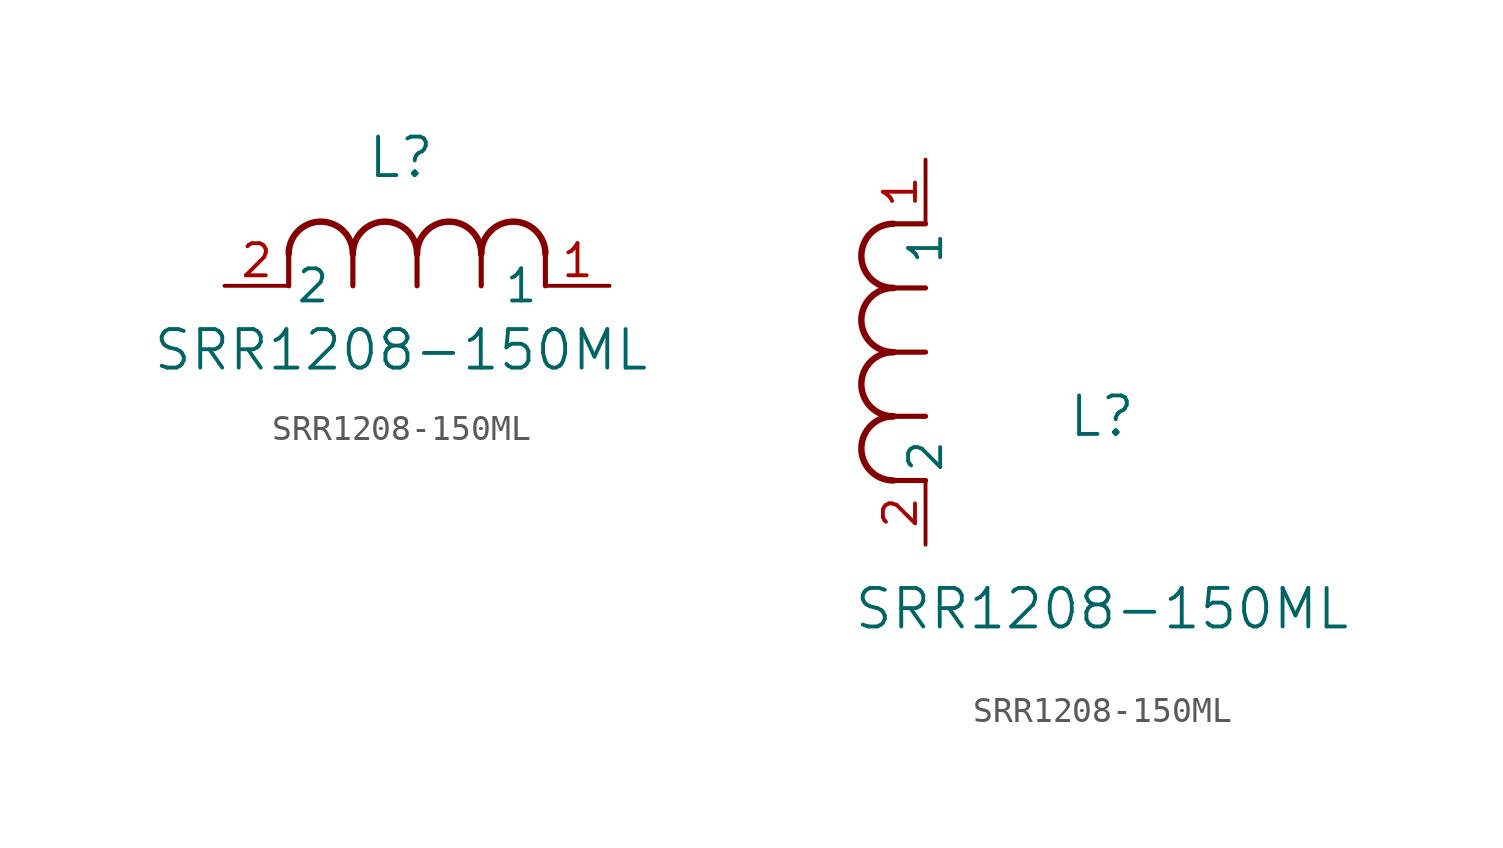
<source format=kicad_sym>
(kicad_symbol_lib
  (version 20211014)
  (generator kicad_symbol_editor)
  (symbol "SRR1208-150ML"
    (pin_names
      (offset 0.254))
    (property "Reference" "L"
      (at 6.985 5.08 0)
      (effects (font (size 1.524 1.524))))
    (property "Value" "SRR1208-150ML"
      (at 6.985 -2.54 0)
      (effects (font (size 1.524 1.524))))
    (symbol "SRR1208-150ML_1_1"
      (arc (start 7.62 1.27) (mid 6.35 2.54) (end 5.08 1.27) (stroke (width 0.254) (type default) (color 0 0 0 0)) (fill (type none)))
      (polyline (pts (xy 5.08 0) (xy 5.08 1.27)) (stroke (width 0.203) (type default) (color 0 0 0 0)) (fill (type none)))
      (polyline (pts (xy 7.62 0) (xy 7.62 1.27)) (stroke (width 0.203) (type default) (color 0 0 0 0)) (fill (type none)))
      (polyline (pts (xy 12.7 0) (xy 12.7 1.27)) (stroke (width 0.203) (type default) (color 0 0 0 0)) (fill (type none)))
      (arc (start 5.08 1.27) (mid 3.81 2.54) (end 2.54 1.27) (stroke (width 0.254) (type default) (color 0 0 0 0)) (fill (type none)))
      (arc (start 10.16 1.27) (mid 8.89 2.54) (end 7.62 1.27) (stroke (width 0.254) (type default) (color 0 0 0 0)) (fill (type none)))
      (arc (start 12.7 1.27) (mid 11.43 2.54) (end 10.16 1.27) (stroke (width 0.254) (type default) (color 0 0 0 0)) (fill (type none)))
      (polyline (pts (xy 2.54 0) (xy 2.54 1.27)) (stroke (width 0.203) (type default) (color 0 0 0 0)) (fill (type none)))
      (polyline (pts (xy 10.16 0) (xy 10.16 1.27)) (stroke (width 0.203) (type default) (color 0 0 0 0)) (fill (type none)))
      (pin unspecified line (at 0 0 0) (length 2.54) (name "2" (effects (font (size 1.27 1.27)))) (number "2" (effects (font (size 1.27 1.27)))))
      (pin unspecified line (at 15.24 0 180) (length 2.54) (name "1" (effects (font (size 1.27 1.27)))) (number "1" (effects (font (size 1.27 1.27))))))
    (symbol "SRR1208-150ML_1_2"
      (arc (start -1.27 7.62) (mid -2.54 6.35) (end -1.27 5.08) (stroke (width 0.254) (type default) (color 0 0 0 0)) (fill (type none)))
      (arc (start -1.27 5.08) (mid -2.54 3.81) (end -1.27 2.54) (stroke (width 0.254) (type default) (color 0 0 0 0)) (fill (type none)))
      (arc (start -1.27 12.7) (mid -2.54 11.43) (end -1.27 10.16) (stroke (width 0.254) (type default) (color 0 0 0 0)) (fill (type none)))
      (arc (start -1.27 10.16) (mid -2.54 8.89) (end -1.27 7.62) (stroke (width 0.254) (type default) (color 0 0 0 0)) (fill (type none)))
      (polyline (pts (xy 0 7.62) (xy -1.27 7.62)) (stroke (width 0.203) (type default) (color 0 0 0 0)) (fill (type none)))
      (polyline (pts (xy 0 5.08) (xy -1.27 5.08)) (stroke (width 0.203) (type default) (color 0 0 0 0)) (fill (type none)))
      (polyline (pts (xy 0 12.7) (xy -1.27 12.7)) (stroke (width 0.203) (type default) (color 0 0 0 0)) (fill (type none)))
      (polyline (pts (xy 0 2.54) (xy -1.27 2.54)) (stroke (width 0.203) (type default) (color 0 0 0 0)) (fill (type none)))
      (polyline (pts (xy 0 10.16) (xy -1.27 10.16)) (stroke (width 0.203) (type default) (color 0 0 0 0)) (fill (type none)))
      (pin unspecified line (at 0 0 90) (length 2.54) (name "2" (effects (font (size 1.27 1.27)))) (number "2" (effects (font (size 1.27 1.27)))))
      (pin unspecified line (at 0 15.24 270) (length 2.54) (name "1" (effects (font (size 1.27 1.27)))) (number "1" (effects (font (size 1.27 1.27))))))))
</source>
